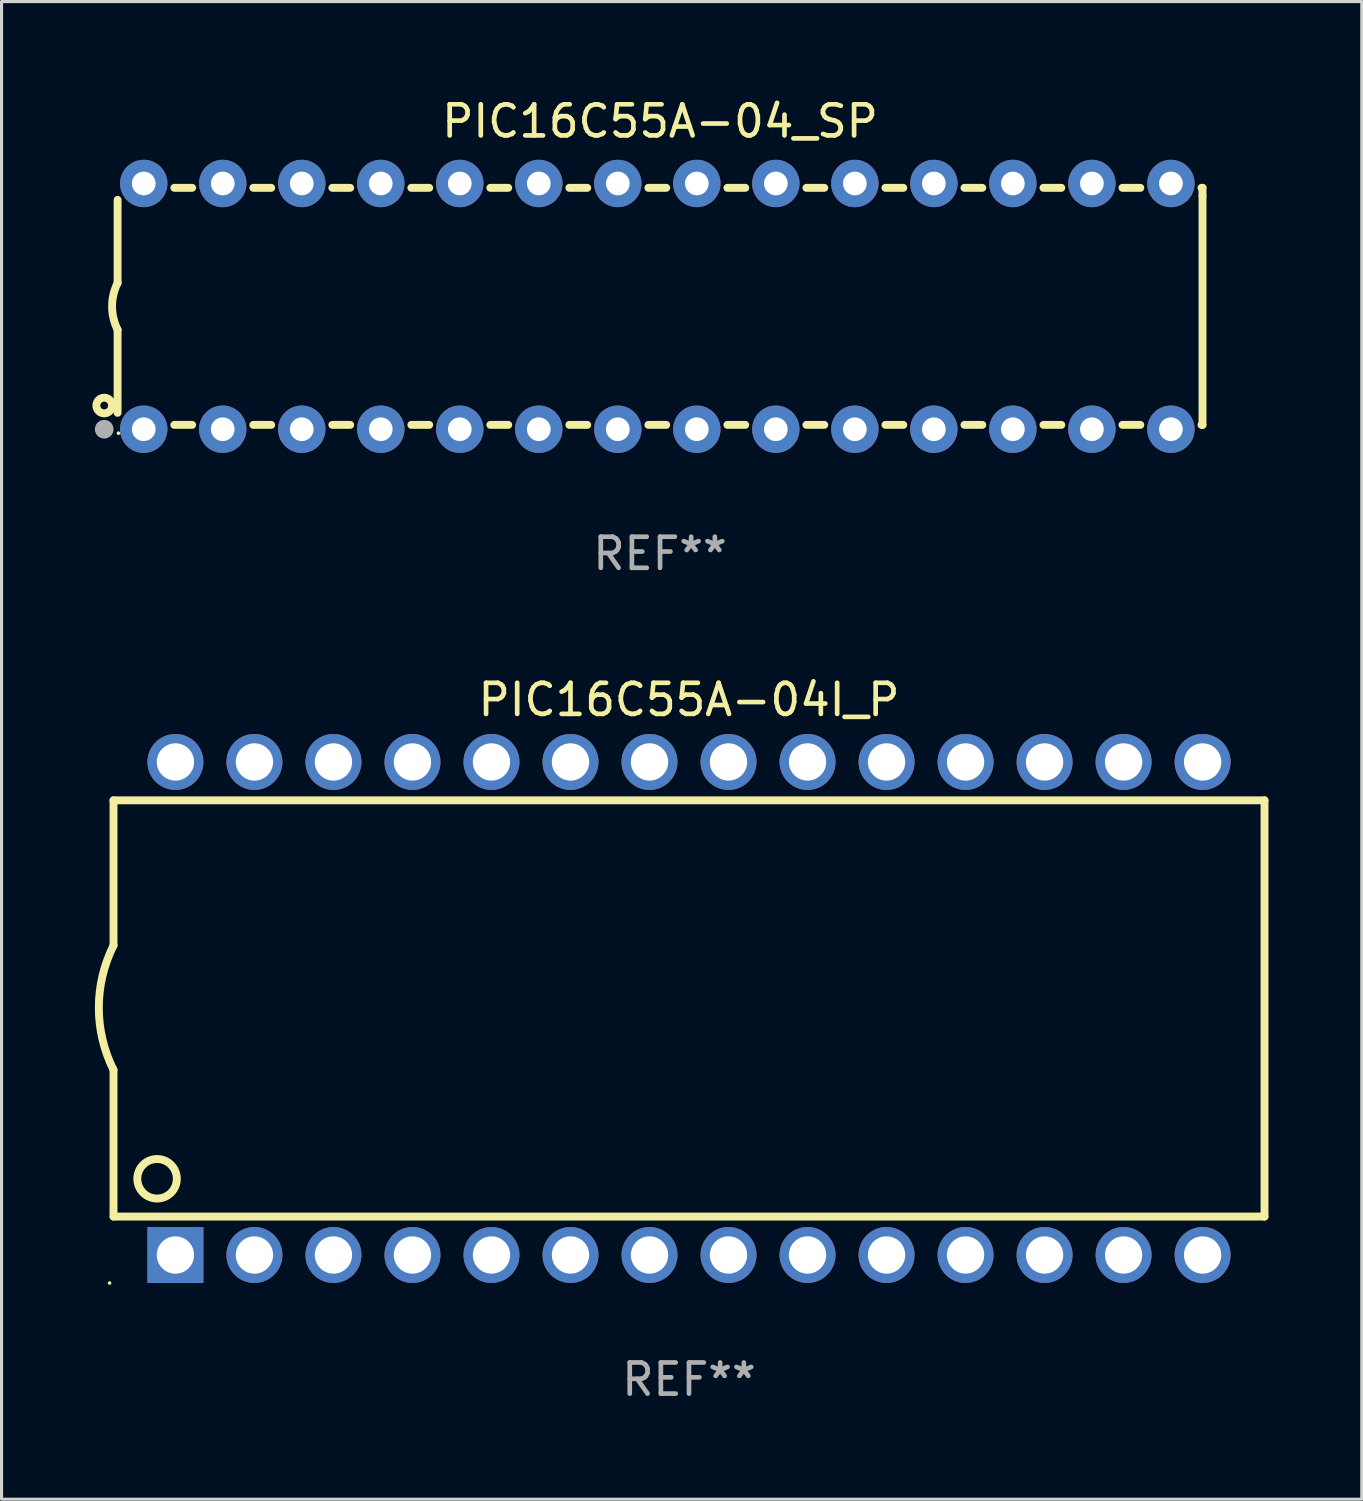
<source format=kicad_pcb>
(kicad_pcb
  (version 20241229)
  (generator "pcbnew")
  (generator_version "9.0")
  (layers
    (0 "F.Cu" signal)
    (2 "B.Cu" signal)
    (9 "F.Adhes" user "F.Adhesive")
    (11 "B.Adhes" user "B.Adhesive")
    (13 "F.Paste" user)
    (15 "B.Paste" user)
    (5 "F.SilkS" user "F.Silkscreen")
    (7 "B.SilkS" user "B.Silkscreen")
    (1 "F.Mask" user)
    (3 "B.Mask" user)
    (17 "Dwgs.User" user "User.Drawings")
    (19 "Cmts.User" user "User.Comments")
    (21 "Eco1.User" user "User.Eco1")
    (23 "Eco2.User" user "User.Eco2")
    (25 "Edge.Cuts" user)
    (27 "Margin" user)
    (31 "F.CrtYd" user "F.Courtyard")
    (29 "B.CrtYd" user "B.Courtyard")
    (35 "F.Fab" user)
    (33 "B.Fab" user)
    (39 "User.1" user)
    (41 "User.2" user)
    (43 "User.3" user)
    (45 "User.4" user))
  (footprint "PIC16C55A-04I_P"
    (layer "F.Cu")
    (at 19.099 29.369)
    (property "Reference" "PIC16C55A-04I_P" (at 0 -9.925 0) (layer "F.SilkS") (effects (font (size 1 1) (thickness 0.15))))
    (attr through_hole)
    (fp_line (start -18.5 -6.692) (end -18.5 -2.026) (stroke (width 0.254) (type solid)) (layer "F.SilkS"))
    (fp_line (start -18.5 6.689) (end -18.5 1.974) (stroke (width 0.254) (type solid)) (layer "F.SilkS"))
    (fp_line (start -18.5 6.689) (end 18.5 6.689) (stroke (width 0.254) (type solid)) (layer "F.SilkS"))
    (fp_line (start 18.5 -6.692) (end -18.5 -6.692) (stroke (width 0.254) (type solid)) (layer "F.SilkS"))
    (fp_line (start 18.5 6.689) (end 18.5 -6.692) (stroke (width 0.254) (type solid)) (layer "F.SilkS"))
    (fp_arc (start -18.500051 1.974346) (mid -18.972187 -0.025654) (end -18.500051 -2.025654) (stroke (width 0.254001) (type solid)) (layer "F.SilkS"))
    (fp_circle (center -18.627 8.824) (end -18.597 8.824) (stroke (width 0.06) (type solid)) (fill no) (layer "F.SilkS"))
    (fp_circle (center -17.1 5.474) (end -16.465 5.474) (stroke (width 0.254) (type solid)) (fill no) (layer "F.SilkS"))
    (fp_text user "REF**" (at 0 11.925 0) (layer "F.Fab") (effects (font (size 1 1) (thickness 0.15))))
    (pad "1" thru_hole rect (at -16.51 7.925) (size 1.8 1.8) (drill 1.2) (layers "*.Cu" "*.Mask"))
    (pad "2" thru_hole circle (at -13.97 7.924) (size 1.8 1.8) (drill 1.2) (layers "*.Cu" "*.Mask"))
    (pad "3" thru_hole circle (at -11.43 7.924) (size 1.8 1.8) (drill 1.2) (layers "*.Cu" "*.Mask"))
    (pad "4" thru_hole circle (at -8.89 7.924) (size 1.8 1.8) (drill 1.2) (layers "*.Cu" "*.Mask"))
    (pad "5" thru_hole circle (at -6.35 7.924) (size 1.8 1.8) (drill 1.2) (layers "*.Cu" "*.Mask"))
    (pad "6" thru_hole circle (at -3.81 7.924) (size 1.8 1.8) (drill 1.2) (layers "*.Cu" "*.Mask"))
    (pad "7" thru_hole circle (at -1.27 7.924) (size 1.8 1.8) (drill 1.2) (layers "*.Cu" "*.Mask"))
    (pad "8" thru_hole circle (at 1.27 7.924) (size 1.8 1.8) (drill 1.2) (layers "*.Cu" "*.Mask"))
    (pad "9" thru_hole circle (at 3.81 7.924) (size 1.8 1.8) (drill 1.2) (layers "*.Cu" "*.Mask"))
    (pad "10" thru_hole circle (at 6.35 7.924) (size 1.8 1.8) (drill 1.2) (layers "*.Cu" "*.Mask"))
    (pad "11" thru_hole circle (at 8.89 7.924) (size 1.8 1.8) (drill 1.2) (layers "*.Cu" "*.Mask"))
    (pad "12" thru_hole circle (at 11.43 7.924) (size 1.8 1.8) (drill 1.2) (layers "*.Cu" "*.Mask"))
    (pad "13" thru_hole circle (at 13.97 7.924) (size 1.8 1.8) (drill 1.2) (layers "*.Cu" "*.Mask"))
    (pad "14" thru_hole circle (at 16.51 7.924) (size 1.8 1.8) (drill 1.2) (layers "*.Cu" "*.Mask"))
    (pad "15" thru_hole circle (at 16.51 -7.925) (size 1.8 1.8) (drill 1.2) (layers "*.Cu" "*.Mask"))
    (pad "16" thru_hole circle (at 13.97 -7.925) (size 1.8 1.8) (drill 1.2) (layers "*.Cu" "*.Mask"))
    (pad "17" thru_hole circle (at 11.43 -7.925) (size 1.8 1.8) (drill 1.2) (layers "*.Cu" "*.Mask"))
    (pad "18" thru_hole circle (at 8.89 -7.925) (size 1.8 1.8) (drill 1.2) (layers "*.Cu" "*.Mask"))
    (pad "19" thru_hole circle (at 6.35 -7.925) (size 1.8 1.8) (drill 1.2) (layers "*.Cu" "*.Mask"))
    (pad "20" thru_hole circle (at 3.81 -7.925) (size 1.8 1.8) (drill 1.2) (layers "*.Cu" "*.Mask"))
    (pad "21" thru_hole circle (at 1.27 -7.925) (size 1.8 1.8) (drill 1.2) (layers "*.Cu" "*.Mask"))
    (pad "22" thru_hole circle (at -1.27 -7.925) (size 1.8 1.8) (drill 1.2) (layers "*.Cu" "*.Mask"))
    (pad "23" thru_hole circle (at -3.81 -7.925) (size 1.8 1.8) (drill 1.2) (layers "*.Cu" "*.Mask"))
    (pad "24" thru_hole circle (at -6.35 -7.925) (size 1.8 1.8) (drill 1.2) (layers "*.Cu" "*.Mask"))
    (pad "25" thru_hole circle (at -8.89 -7.925) (size 1.8 1.8) (drill 1.2) (layers "*.Cu" "*.Mask"))
    (pad "26" thru_hole circle (at -11.43 -7.925) (size 1.8 1.8) (drill 1.2) (layers "*.Cu" "*.Mask"))
    (pad "27" thru_hole circle (at -13.97 -7.925) (size 1.8 1.8) (drill 1.2) (layers "*.Cu" "*.Mask"))
    (pad "28" thru_hole circle (at -16.51 -7.925) (size 1.8 1.8) (drill 1.2) (layers "*.Cu" "*.Mask")))
  (footprint "PIC16C55A-04_SP"
    (layer "F.Cu")
    (at 18.168 6.798)
    (property "Reference" "PIC16C55A-04_SP" (at 0 -5.95 0) (layer "F.SilkS") (effects (font (size 1 1) (thickness 0.15))))
    (attr through_hole)
    (fp_line (start -17.438 0.75) (end -17.438 3.423) (stroke (width 0.254) (type solid)) (layer "F.SilkS"))
    (fp_line (start -17.438 -3.423) (end -17.438 -0.75) (stroke (width 0.254) (type solid)) (layer "F.SilkS"))
    (fp_line (start -15.615 3.81) (end -15.041 3.81) (stroke (width 0.254) (type solid)) (layer "F.SilkS"))
    (fp_line (start -15.041 -3.81) (end -15.614 -3.81) (stroke (width 0.254) (type solid)) (layer "F.SilkS"))
    (fp_line (start -13.075 3.81) (end -12.501 3.81) (stroke (width 0.254) (type solid)) (layer "F.SilkS"))
    (fp_line (start -12.501 -3.81) (end -13.074 -3.81) (stroke (width 0.254) (type solid)) (layer "F.SilkS"))
    (fp_line (start -10.535 3.81) (end -9.961 3.81) (stroke (width 0.254) (type solid)) (layer "F.SilkS"))
    (fp_line (start -9.961 -3.81) (end -10.534 -3.81) (stroke (width 0.254) (type solid)) (layer "F.SilkS"))
    (fp_line (start -7.995 3.81) (end -7.421 3.81) (stroke (width 0.254) (type solid)) (layer "F.SilkS"))
    (fp_line (start -7.421 -3.81) (end -7.995 -3.81) (stroke (width 0.254) (type solid)) (layer "F.SilkS"))
    (fp_line (start -5.455 3.81) (end -4.881 3.81) (stroke (width 0.254) (type solid)) (layer "F.SilkS"))
    (fp_line (start -4.881 -3.81) (end -5.455 -3.81) (stroke (width 0.254) (type solid)) (layer "F.SilkS"))
    (fp_line (start -2.915 3.81) (end -2.341 3.81) (stroke (width 0.254) (type solid)) (layer "F.SilkS"))
    (fp_line (start -2.341 -3.81) (end -2.915 -3.81) (stroke (width 0.254) (type solid)) (layer "F.SilkS"))
    (fp_line (start -0.375 3.81) (end 0.199 3.81) (stroke (width 0.254) (type solid)) (layer "F.SilkS"))
    (fp_line (start 0.199 -3.81) (end -0.375 -3.81) (stroke (width 0.254) (type solid)) (layer "F.SilkS"))
    (fp_line (start 2.165 3.81) (end 2.739 3.81) (stroke (width 0.254) (type solid)) (layer "F.SilkS"))
    (fp_line (start 2.739 -3.81) (end 2.165 -3.81) (stroke (width 0.254) (type solid)) (layer "F.SilkS"))
    (fp_line (start 4.705 3.81) (end 5.279 3.81) (stroke (width 0.254) (type solid)) (layer "F.SilkS"))
    (fp_line (start 5.279 -3.81) (end 4.705 -3.81) (stroke (width 0.254) (type solid)) (layer "F.SilkS"))
    (fp_line (start 7.245 3.81) (end 7.819 3.81) (stroke (width 0.254) (type solid)) (layer "F.SilkS"))
    (fp_line (start 7.819 -3.81) (end 7.245 -3.81) (stroke (width 0.254) (type solid)) (layer "F.SilkS"))
    (fp_line (start 9.785 3.81) (end 10.359 3.81) (stroke (width 0.254) (type solid)) (layer "F.SilkS"))
    (fp_line (start 10.359 -3.81) (end 9.785 -3.81) (stroke (width 0.254) (type solid)) (layer "F.SilkS"))
    (fp_line (start 12.325 3.81) (end 12.899 3.81) (stroke (width 0.254) (type solid)) (layer "F.SilkS"))
    (fp_line (start 12.899 -3.81) (end 12.325 -3.81) (stroke (width 0.254) (type solid)) (layer "F.SilkS"))
    (fp_line (start 14.865 3.81) (end 15.439 3.81) (stroke (width 0.254) (type solid)) (layer "F.SilkS"))
    (fp_line (start 15.439 -3.81) (end 14.865 -3.81) (stroke (width 0.254) (type solid)) (layer "F.SilkS"))
    (fp_line (start 17.405 3.81) (end 17.438 3.81) (stroke (width 0.254) (type solid)) (layer "F.SilkS"))
    (fp_line (start 17.438 -3.81) (end 17.405 -3.81) (stroke (width 0.254) (type solid)) (layer "F.SilkS"))
    (fp_line (start 17.438 -3.556) (end 17.438 -3.81) (stroke (width 0.254) (type solid)) (layer "F.SilkS"))
    (fp_line (start 17.438 3.81) (end 17.438 -3.556) (stroke (width 0.254) (type solid)) (layer "F.SilkS"))
    (fp_arc (start -17.437986 0.749657) (mid -17.614887 -0.000024) (end -17.437783 -0.749657) (stroke (width 0.254001) (type solid)) (layer "F.SilkS"))
    (fp_circle (center -17.868 3.188) (end -17.743 3.188) (stroke (width 0.254) (type solid)) (fill no) (layer "F.SilkS"))
    (fp_circle (center -17.411 4.077) (end -17.381 4.077) (stroke (width 0.06) (type solid)) (fill no) (layer "F.SilkS"))
    (fp_circle (center -17.868 3.95) (end -17.718 3.95) (stroke (width 0.3) (type solid)) (fill no) (layer "F.Fab"))
    (fp_text user "REF**" (at 0 7.95 0) (layer "F.Fab") (effects (font (size 1 1) (thickness 0.15))))
    (pad "1" thru_hole circle (at -16.598 3.95) (size 1.524 1.524) (drill 0.762) (layers "*.Cu" "*.Mask"))
    (pad "2" thru_hole circle (at -14.058 3.95) (size 1.524 1.524) (drill 0.762) (layers "*.Cu" "*.Mask"))
    (pad "3" thru_hole circle (at -11.518 3.95) (size 1.524 1.524) (drill 0.762) (layers "*.Cu" "*.Mask"))
    (pad "4" thru_hole circle (at -8.978 3.95) (size 1.524 1.524) (drill 0.762) (layers "*.Cu" "*.Mask"))
    (pad "5" thru_hole circle (at -6.438 3.95) (size 1.524 1.524) (drill 0.762) (layers "*.Cu" "*.Mask"))
    (pad "6" thru_hole circle (at -3.898 3.95) (size 1.524 1.524) (drill 0.762) (layers "*.Cu" "*.Mask"))
    (pad "7" thru_hole circle (at -1.358 3.95) (size 1.524 1.524) (drill 0.762) (layers "*.Cu" "*.Mask"))
    (pad "8" thru_hole circle (at 1.182 3.95) (size 1.524 1.524) (drill 0.762) (layers "*.Cu" "*.Mask"))
    (pad "9" thru_hole circle (at 3.722 3.95) (size 1.524 1.524) (drill 0.762) (layers "*.Cu" "*.Mask"))
    (pad "10" thru_hole circle (at 6.262 3.95) (size 1.524 1.524) (drill 0.762) (layers "*.Cu" "*.Mask"))
    (pad "11" thru_hole circle (at 8.802 3.95) (size 1.524 1.524) (drill 0.762) (layers "*.Cu" "*.Mask"))
    (pad "12" thru_hole circle (at 11.342 3.95) (size 1.524 1.524) (drill 0.762) (layers "*.Cu" "*.Mask"))
    (pad "13" thru_hole circle (at 13.882 3.95) (size 1.524 1.524) (drill 0.762) (layers "*.Cu" "*.Mask"))
    (pad "14" thru_hole circle (at 16.422 3.95) (size 1.524 1.524) (drill 0.762) (layers "*.Cu" "*.Mask"))
    (pad "15" thru_hole circle (at 16.422 -3.95) (size 1.524 1.524) (drill 0.762) (layers "*.Cu" "*.Mask"))
    (pad "16" thru_hole circle (at 13.882 -3.95) (size 1.524 1.524) (drill 0.762) (layers "*.Cu" "*.Mask"))
    (pad "17" thru_hole circle (at 11.342 -3.95) (size 1.524 1.524) (drill 0.762) (layers "*.Cu" "*.Mask"))
    (pad "18" thru_hole circle (at 8.802 -3.95) (size 1.524 1.524) (drill 0.762) (layers "*.Cu" "*.Mask"))
    (pad "19" thru_hole circle (at 6.262 -3.95) (size 1.524 1.524) (drill 0.762) (layers "*.Cu" "*.Mask"))
    (pad "20" thru_hole circle (at 3.722 -3.95) (size 1.524 1.524) (drill 0.762) (layers "*.Cu" "*.Mask"))
    (pad "21" thru_hole circle (at 1.182 -3.95) (size 1.524 1.524) (drill 0.762) (layers "*.Cu" "*.Mask"))
    (pad "22" thru_hole circle (at -1.358 -3.95) (size 1.524 1.524) (drill 0.762) (layers "*.Cu" "*.Mask"))
    (pad "23" thru_hole circle (at -3.898 -3.95) (size 1.524 1.524) (drill 0.762) (layers "*.Cu" "*.Mask"))
    (pad "24" thru_hole circle (at -6.438 -3.95) (size 1.524 1.524) (drill 0.762) (layers "*.Cu" "*.Mask"))
    (pad "25" thru_hole circle (at -8.978 -3.95) (size 1.524 1.524) (drill 0.762) (layers "*.Cu" "*.Mask"))
    (pad "26" thru_hole circle (at -11.517 -3.95) (size 1.524 1.524) (drill 0.762) (layers "*.Cu" "*.Mask"))
    (pad "27" thru_hole circle (at -14.057 -3.95) (size 1.524 1.524) (drill 0.762) (layers "*.Cu" "*.Mask"))
    (pad "28" thru_hole circle (at -16.597 -3.95) (size 1.524 1.524) (drill 0.762) (layers "*.Cu" "*.Mask")))
  (gr_rect
    (start -3 -3)
    (end 40.726 45.143)
    (stroke (width 0.1) (type default))
    (fill no)
    (layer "Edge.Cuts")))
</source>
